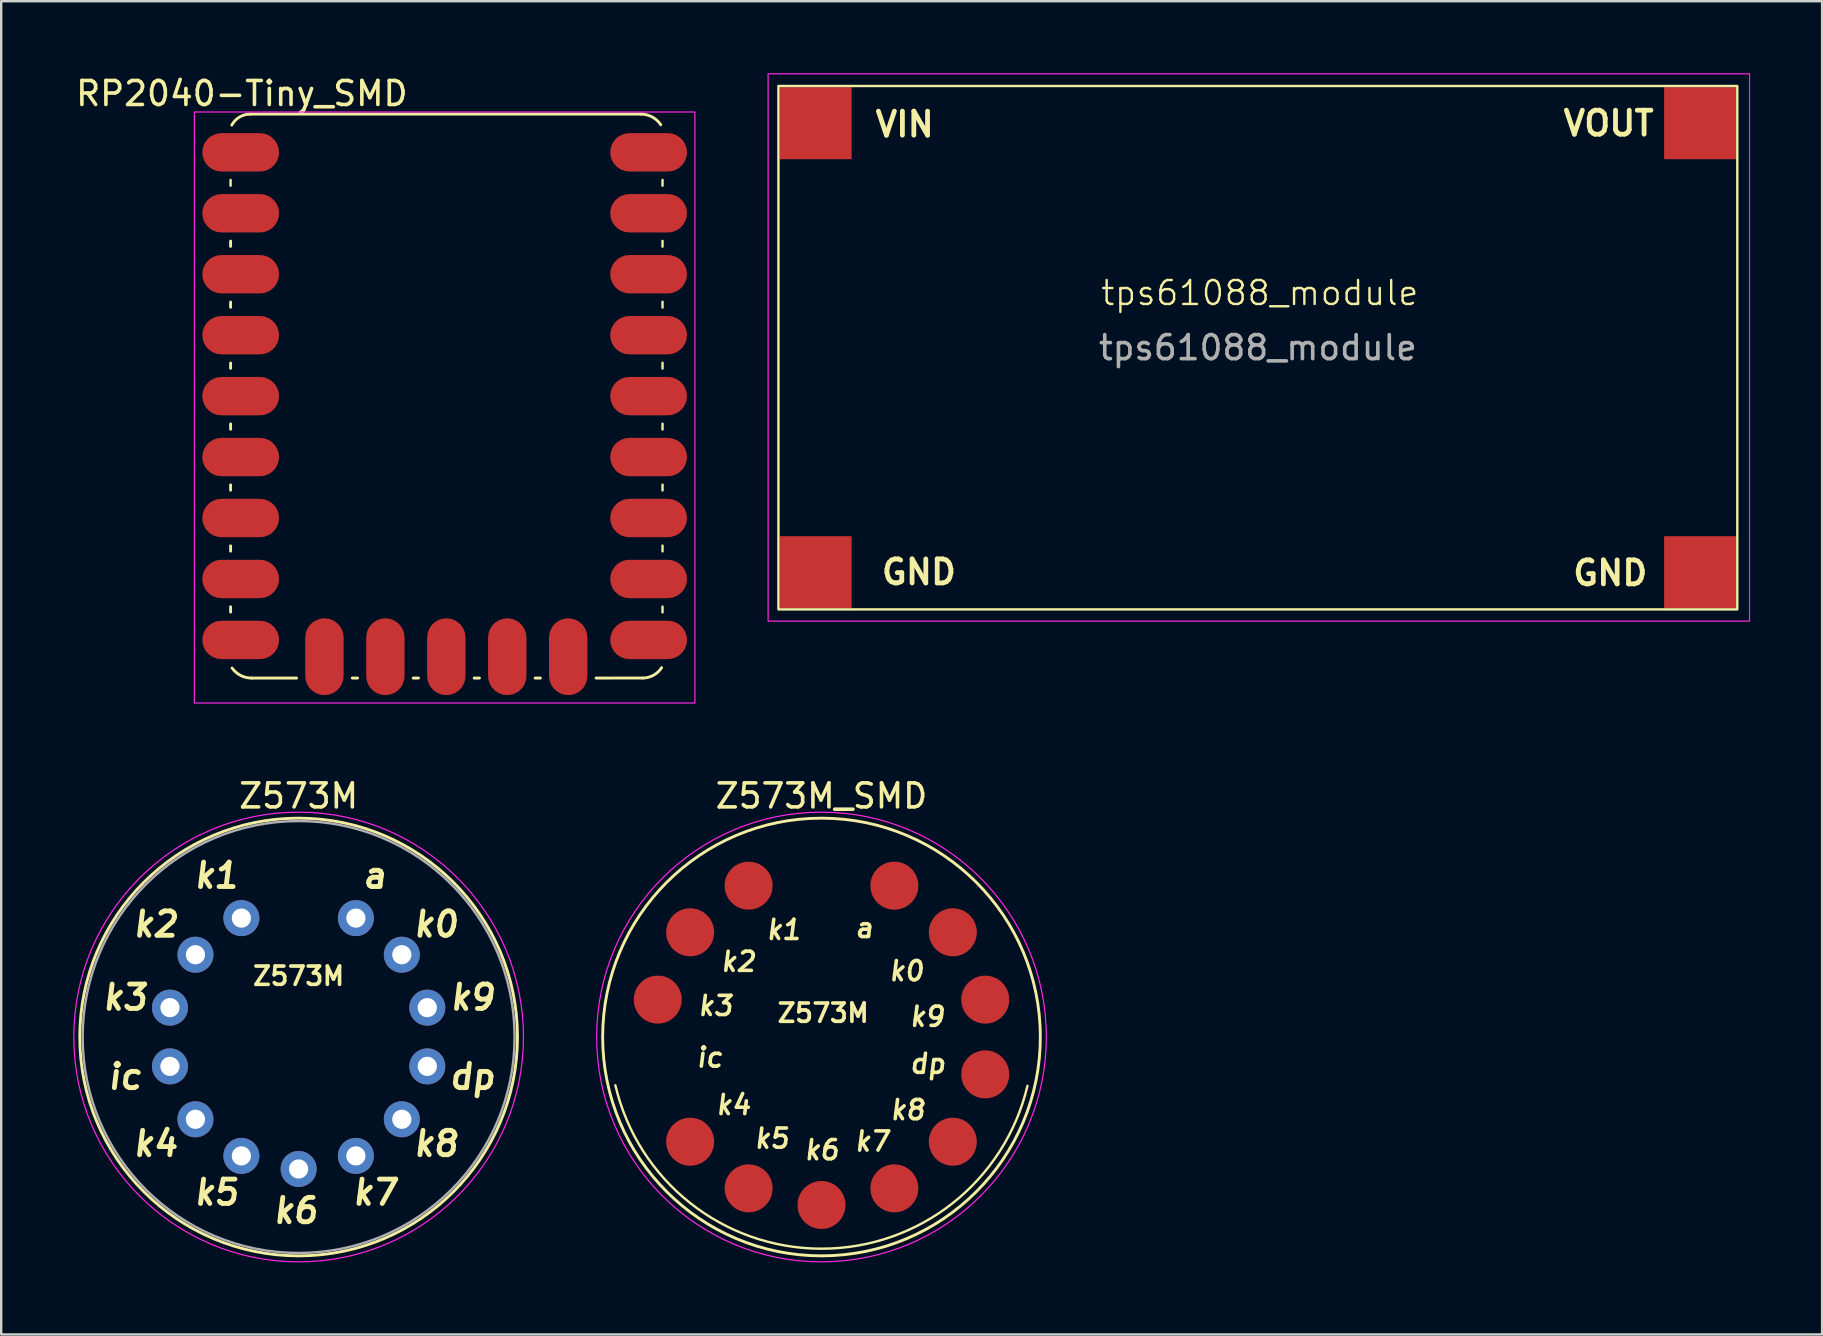
<source format=kicad_pcb>
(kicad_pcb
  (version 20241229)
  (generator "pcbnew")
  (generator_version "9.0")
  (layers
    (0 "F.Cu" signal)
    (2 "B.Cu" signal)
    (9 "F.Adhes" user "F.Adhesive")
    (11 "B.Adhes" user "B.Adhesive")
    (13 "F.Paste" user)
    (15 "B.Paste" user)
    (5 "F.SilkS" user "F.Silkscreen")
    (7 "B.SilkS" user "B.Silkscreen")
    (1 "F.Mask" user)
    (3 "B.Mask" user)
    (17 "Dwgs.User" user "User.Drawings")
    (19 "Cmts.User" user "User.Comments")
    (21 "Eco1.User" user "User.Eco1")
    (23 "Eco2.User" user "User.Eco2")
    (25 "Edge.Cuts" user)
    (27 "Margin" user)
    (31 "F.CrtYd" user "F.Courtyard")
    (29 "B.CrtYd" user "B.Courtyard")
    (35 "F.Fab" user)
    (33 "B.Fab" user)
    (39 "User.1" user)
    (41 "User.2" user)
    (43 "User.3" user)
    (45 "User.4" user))
  (footprint "Z573M_SMD"
    (layer "F.Cu")
    (at 31.185 40.166)
    (property "Reference" "Z573M_SMD" (at 0 -10.045 0) (layer "F.SilkS") (effects (font (size 1 1) (thickness 0.15))))
    (attr through_hole)
    (fp_arc (start 8.584187 2.034681) (mid -0.012678 8.82202) (end -8.59 2.01) (stroke (width 0.1) (type default)) (layer "F.SilkS"))
    (fp_circle (center 0 0) (end 0 9.12) (stroke (width 0.12) (type solid)) (fill no) (layer "F.SilkS"))
    (fp_circle (center 0 0) (end 0 9.37) (stroke (width 0.05) (type solid)) (fill no) (layer "F.CrtYd"))
    (fp_text user "a" (at 1.79 -4.55 0) (unlocked yes) (layer "F.SilkS") (effects (font (size 0.8 0.8) (thickness 0.15) (italic yes))))
    (fp_text user "k1" (at -1.57 -4.47 0) (unlocked yes) (layer "F.SilkS") (effects (font (size 0.8 0.8) (thickness 0.15) (bold yes) (italic yes))))
    (fp_text user "k0" (at 3.54 -2.75 0) (unlocked yes) (layer "F.SilkS") (effects (font (size 0.8 0.8) (thickness 0.15) (italic yes))))
    (fp_text user "k5" (at -2.07 4.23 0) (unlocked yes) (layer "F.SilkS") (effects (font (size 0.8 0.8) (thickness 0.15) (italic yes))))
    (fp_text user "k9" (at 4.4 -0.85 0) (unlocked yes) (layer "F.SilkS") (effects (font (size 0.8 0.8) (thickness 0.15) (italic yes))))
    (fp_text user "k3" (at -4.42 -1.3 0) (unlocked yes) (layer "F.SilkS") (effects (font (size 0.8 0.8) (thickness 0.15) (italic yes))))
    (fp_text user "dp" (at 4.43 1.11 0) (unlocked yes) (layer "F.SilkS") (effects (font (size 0.8 0.8) (thickness 0.15) (italic yes))))
    (fp_text user "Z573M" (at 0.07 -1 0) (unlocked yes) (layer "F.SilkS") (effects (font (size 0.762 0.762) (thickness 0.152))))
    (fp_text user "k4" (at -3.67 2.83 0) (unlocked yes) (layer "F.SilkS") (effects (font (size 0.8 0.8) (thickness 0.15) (italic yes))))
    (fp_text user "k7" (at 2.11 4.35 0) (unlocked yes) (layer "F.SilkS") (effects (font (size 0.8 0.8) (thickness 0.15) (italic yes))))
    (fp_text user "k6" (at 0.01 4.71 0) (unlocked yes) (layer "F.SilkS") (effects (font (size 0.8 0.8) (thickness 0.15) (italic yes))))
    (fp_text user "k2" (at -3.47 -3.14 0) (unlocked yes) (layer "F.SilkS") (effects (font (size 0.8 0.8) (thickness 0.15) (italic yes))))
    (fp_text user "k8" (at 3.59 3.04 0) (unlocked yes) (layer "F.SilkS") (effects (font (size 0.8 0.8) (thickness 0.15) (italic yes))))
    (fp_text user "ic" (at -4.66 0.85 0) (unlocked yes) (layer "F.SilkS") (effects (font (size 0.8 0.8) (thickness 0.15) (italic yes))))
    (pad "1" smd circle (at -3.037 -6.307) (size 2 2) (layers "F.Cu" "F.Mask" "F.Paste"))
    (pad "2" smd circle (at -5.473 -4.364) (size 2 2) (layers "F.Cu" "F.Mask" "F.Paste"))
    (pad "3" smd circle (at -6.824 -1.558) (size 2 2) (layers "F.Cu" "F.Mask" "F.Paste"))
    (pad "5" smd circle (at -5.473 4.364) (size 2 2) (layers "F.Cu" "F.Mask" "F.Paste"))
    (pad "6" smd circle (at -3.037 6.307) (size 2 2) (layers "F.Cu" "F.Mask" "F.Paste"))
    (pad "7" smd circle (at 0 7) (size 2 2) (layers "F.Cu" "F.Mask" "F.Paste"))
    (pad "8" smd circle (at 3.037 6.307) (size 2 2) (layers "F.Cu" "F.Mask" "F.Paste"))
    (pad "9" smd circle (at 5.473 4.364) (size 2 2) (layers "F.Cu" "F.Mask" "F.Paste"))
    (pad "10" smd circle (at 6.824 1.558) (size 2 2) (layers "F.Cu" "F.Mask" "F.Paste"))
    (pad "11" smd circle (at 6.824 -1.558) (size 2 2) (layers "F.Cu" "F.Mask" "F.Paste"))
    (pad "12" smd circle (at 5.473 -4.364) (size 2 2) (layers "F.Cu" "F.Mask" "F.Paste"))
    (pad "13" smd circle (at 3.037 -6.307) (size 2 2) (layers "F.Cu" "F.Mask" "F.Paste")))
  (footprint "RP2040-Tiny_SMD"
    (layer "F.Cu")
    (at 6.56 1.708)
    (property "Reference" "RP2040-Tiny_SMD" (at 0.47 -0.86 0) (unlocked yes) (layer "F.SilkS") (effects (font (size 1 1) (thickness 0.15))))
    (attr smd)
    (fp_line (start 0 2.74) (end 0 2.98) (stroke (width 0.1) (type default)) (layer "F.SilkS"))
    (fp_line (start 0 5.29) (end 0 5.51) (stroke (width 0.12) (type solid)) (layer "F.SilkS"))
    (fp_line (start 0 7.83) (end 0 8.05) (stroke (width 0.12) (type solid)) (layer "F.SilkS"))
    (fp_line (start 0 10.37) (end 0 10.59) (stroke (width 0.12) (type solid)) (layer "F.SilkS"))
    (fp_line (start 0 12.91) (end 0 13.13) (stroke (width 0.12) (type solid)) (layer "F.SilkS"))
    (fp_line (start 0 15.45) (end 0 15.67) (stroke (width 0.12) (type solid)) (layer "F.SilkS"))
    (fp_line (start 0 17.99) (end 0 18.21) (stroke (width 0.12) (type solid)) (layer "F.SilkS"))
    (fp_line (start 0 20.53) (end 0 20.75) (stroke (width 0.12) (type solid)) (layer "F.SilkS"))
    (fp_line (start 0.816 -0.002) (end 17.096 -0.003) (stroke (width 0.12) (type default)) (layer "F.SilkS"))
    (fp_line (start 2.75 23.5) (end 0.875 23.5) (stroke (width 0.12) (type solid)) (layer "F.SilkS"))
    (fp_line (start 5.07 23.5) (end 5.29 23.5) (stroke (width 0.12) (type solid)) (layer "F.SilkS"))
    (fp_line (start 7.61 23.5) (end 7.83 23.5) (stroke (width 0.12) (type solid)) (layer "F.SilkS"))
    (fp_line (start 10.15 23.5) (end 10.37 23.5) (stroke (width 0.12) (type solid)) (layer "F.SilkS"))
    (fp_line (start 12.69 23.5) (end 12.91 23.5) (stroke (width 0.12) (type solid)) (layer "F.SilkS"))
    (fp_line (start 15.23 23.5) (end 17.173 23.498) (stroke (width 0.12) (type solid)) (layer "F.SilkS"))
    (fp_line (start 18 2.74) (end 18 2.98) (stroke (width 0.1) (type default)) (layer "F.SilkS"))
    (fp_line (start 18 5.28) (end 18 5.52) (stroke (width 0.1) (type default)) (layer "F.SilkS"))
    (fp_line (start 18 7.82) (end 18 8.06) (stroke (width 0.1) (type default)) (layer "F.SilkS"))
    (fp_line (start 18 10.36) (end 18 10.6) (stroke (width 0.1) (type default)) (layer "F.SilkS"))
    (fp_line (start 18 12.9) (end 18 13.14) (stroke (width 0.1) (type default)) (layer "F.SilkS"))
    (fp_line (start 18 15.44) (end 18 15.68) (stroke (width 0.1) (type default)) (layer "F.SilkS"))
    (fp_line (start 18 17.98) (end 18 18.22) (stroke (width 0.1) (type default)) (layer "F.SilkS"))
    (fp_line (start 18 20.52) (end 18 20.76) (stroke (width 0.1) (type default)) (layer "F.SilkS"))
    (fp_arc (start 0.049089 0.456443) (mid 0.369414 0.121631) (end 0.816094 -0.001592) (stroke (width 0.12) (type default)) (layer "F.SilkS"))
    (fp_arc (start 0.874862 23.500703) (mid 0.416334 23.389322) (end 0.06 23.08) (stroke (width 0.12) (type solid)) (layer "F.SilkS"))
    (fp_arc (start 17.0956 -0.002786) (mid 17.565933 0.114727) (end 17.925725 0.439647) (stroke (width 0.12) (type default)) (layer "F.SilkS"))
    (fp_arc (start 17.962737 23.065361) (mid 17.623153 23.382849) (end 17.172789 23.498127) (stroke (width 0.12) (type default)) (layer "F.SilkS"))
    (fp_rect (start -1.51 -0.09) (end 19.35 24.54) (stroke (width 0.05) (type default)) (fill no) (layer "F.CrtYd"))
    (pad "" smd rect (at -0.38 1.59 90) (size 2.2 3.8) (drill (offset 0 0.8)) (layers "F.Paste"))
    (pad "" smd rect (at -0.38 4.13 90) (size 2.2 3.8) (drill (offset 0 0.8)) (layers "F.Paste"))
    (pad "" smd rect (at -0.38 6.67 90) (size 2.2 3.8) (drill (offset 0 0.8)) (layers "F.Paste"))
    (pad "" smd rect (at -0.38 9.21 90) (size 2.2 3.8) (drill (offset 0 0.8)) (layers "F.Paste"))
    (pad "" smd rect (at -0.38 11.75 90) (size 2.2 3.8) (drill (offset 0 0.8)) (layers "F.Paste"))
    (pad "" smd rect (at -0.38 14.29 90) (size 2.2 3.8) (drill (offset 0 0.8)) (layers "F.Paste"))
    (pad "" smd rect (at -0.38 16.83 90) (size 2.2 3.8) (drill (offset 0 0.8)) (layers "F.Paste"))
    (pad "" smd rect (at -0.38 19.37 90) (size 2.2 3.8) (drill (offset 0 0.8)) (layers "F.Paste"))
    (pad "" smd rect (at -0.38 21.91 90) (size 2.2 3.8) (drill (offset 0 0.8)) (layers "F.Paste"))
    (pad "" smd rect (at 3.91 21.81) (size 2.2 3.8) (drill (offset 0 0.8)) (layers "F.Paste"))
    (pad "" smd rect (at 6.45 21.81) (size 2.2 3.8) (drill (offset 0 0.8)) (layers "F.Paste"))
    (pad "" smd rect (at 8.99 21.81) (size 2.2 3.8) (drill (offset 0 0.8)) (layers "F.Paste"))
    (pad "" smd rect (at 11.53 21.81) (size 2.2 3.8) (drill (offset 0 0.8)) (layers "F.Paste"))
    (pad "" smd rect (at 14.07 21.81) (size 2.2 3.8) (drill (offset 0 0.8)) (layers "F.Paste"))
    (pad "" smd rect (at 16.62 1.59 90) (size 2.2 3.8) (drill (offset 0 0.8)) (layers "F.Paste"))
    (pad "" smd rect (at 16.62 4.13 90) (size 2.2 3.8) (drill (offset 0 0.8)) (layers "F.Paste"))
    (pad "" smd rect (at 16.62 6.67 90) (size 2.2 3.8) (drill (offset 0 0.8)) (layers "F.Paste"))
    (pad "" smd rect (at 16.62 9.21 90) (size 2.2 3.8) (drill (offset 0 0.8)) (layers "F.Paste"))
    (pad "" smd rect (at 16.62 11.75 90) (size 2.2 3.8) (drill (offset 0 0.8)) (layers "F.Paste"))
    (pad "" smd rect (at 16.62 14.29 90) (size 2.2 3.8) (drill (offset 0 0.8)) (layers "F.Paste"))
    (pad "" smd rect (at 16.62 16.83 90) (size 2.2 3.8) (drill (offset 0 0.8)) (layers "F.Paste"))
    (pad "" smd rect (at 16.62 19.37 90) (size 2.2 3.8) (drill (offset 0 0.8)) (layers "F.Paste"))
    (pad "" smd rect (at 16.62 21.91 90) (size 2.2 3.8) (drill (offset 0 0.8)) (layers "F.Paste"))
    (pad "0" smd roundrect (at 16.62 1.59 180) (size 3.2 1.6) (drill (offset -0.8 0)) (layers "F.Cu" "F.Mask") (roundrect_rratio 0.5))
    (pad "1" smd roundrect (at 16.62 4.13 180) (size 3.2 1.6) (drill (offset -0.8 0)) (layers "F.Cu" "F.Mask") (roundrect_rratio 0.5))
    (pad "2" smd roundrect (at 16.62 6.67 180) (size 3.2 1.6) (drill (offset -0.8 0)) (layers "F.Cu" "F.Mask") (roundrect_rratio 0.5))
    (pad "3" smd roundrect (at 16.62 9.21 180) (size 3.2 1.6) (drill (offset -0.8 0)) (layers "F.Cu" "F.Mask") (roundrect_rratio 0.5))
    (pad "4" smd roundrect (at 16.62 11.75 180) (size 3.2 1.6) (drill (offset -0.8 0)) (layers "F.Cu" "F.Mask") (roundrect_rratio 0.5))
    (pad "5" smd roundrect (at 16.62 14.29 180) (size 3.2 1.6) (drill (offset -0.8 0)) (layers "F.Cu" "F.Mask") (roundrect_rratio 0.5))
    (pad "6" smd roundrect (at 16.62 16.83 180) (size 3.2 1.6) (drill (offset -0.8 0)) (layers "F.Cu" "F.Mask") (roundrect_rratio 0.5))
    (pad "7" smd roundrect (at 16.62 19.37 180) (size 3.2 1.6) (drill (offset -0.8 0)) (layers "F.Cu" "F.Mask") (roundrect_rratio 0.5))
    (pad "8" smd roundrect (at 16.62 21.91 180) (size 3.2 1.6) (drill (offset -0.8 0)) (layers "F.Cu" "F.Mask") (roundrect_rratio 0.5))
    (pad "9" smd roundrect (at 14.07 21.81 90) (size 3.2 1.6) (drill (offset -0.8 0)) (layers "F.Cu" "F.Mask") (roundrect_rratio 0.5))
    (pad "10" smd roundrect (at 11.53 21.81 90) (size 3.2 1.6) (drill (offset -0.8 0)) (layers "F.Cu" "F.Mask") (roundrect_rratio 0.5))
    (pad "11" smd roundrect (at 8.99 21.81 90) (size 3.2 1.6) (drill (offset -0.8 0)) (layers "F.Cu" "F.Mask") (roundrect_rratio 0.5))
    (pad "12" smd roundrect (at 6.45 21.81 90) (size 3.2 1.6) (drill (offset -0.8 0)) (layers "F.Cu" "F.Mask") (roundrect_rratio 0.5))
    (pad "13" smd roundrect (at 3.91 21.81 90) (size 3.2 1.6) (drill (offset -0.8 0)) (layers "F.Cu" "F.Mask") (roundrect_rratio 0.5))
    (pad "14" smd roundrect (at -0.38 21.91 180) (size 3.2 1.6) (drill (offset -0.8 0)) (layers "F.Cu" "F.Mask") (roundrect_rratio 0.5))
    (pad "15" smd roundrect (at -0.38 19.37 180) (size 3.2 1.6) (drill (offset -0.8 0)) (layers "F.Cu" "F.Mask") (roundrect_rratio 0.5))
    (pad "26" smd roundrect (at -0.38 16.83 180) (size 3.2 1.6) (drill (offset -0.8 0)) (layers "F.Cu" "F.Mask") (roundrect_rratio 0.5))
    (pad "27" smd roundrect (at -0.38 14.29 180) (size 3.2 1.6) (drill (offset -0.8 0)) (layers "F.Cu" "F.Mask") (roundrect_rratio 0.5))
    (pad "28" smd roundrect (at -0.38 11.75 180) (size 3.2 1.6) (drill (offset -0.8 0)) (layers "F.Cu" "F.Mask") (roundrect_rratio 0.5))
    (pad "29" smd roundrect (at -0.38 9.21 180) (size 3.2 1.6) (drill (offset -0.8 0)) (layers "F.Cu" "F.Mask") (roundrect_rratio 0.5))
    (pad "30" smd roundrect (at -0.38 6.67 180) (size 3.2 1.6) (drill (offset -0.8 0)) (layers "F.Cu" "F.Mask") (roundrect_rratio 0.5))
    (pad "31" smd roundrect (at -0.38 4.13 180) (size 3.2 1.6) (drill (offset -0.8 0)) (layers "F.Cu" "F.Mask") (roundrect_rratio 0.5))
    (pad "32" smd roundrect (at -0.38 1.59 180) (size 3.2 1.6) (drill (offset -0.8 0)) (layers "F.Cu" "F.Mask") (roundrect_rratio 0.5)))
  (footprint "tps61088_module"
    (layer "F.Cu")
    (at 29.38 0.535)
    (property "Reference" "tps61088_module" (at 20.07 8.625 0) (unlocked yes) (layer "F.SilkS") (effects (font (size 1 1) (thickness 0.1))))
    (attr through_hole)
    (fp_rect (start 0.01 0) (end 39.97 21.81) (stroke (width 0.1) (type default)) (fill no) (layer "F.SilkS"))
    (fp_rect (start -0.42 -0.51) (end 40.48 22.3) (stroke (width 0.05) (type default)) (fill no) (layer "F.CrtYd"))
    (fp_text user "VOUT" (at 32.62 2.14 0) (unlocked yes) (layer "F.SilkS") (effects (font (size 1 1) (thickness 0.2) (bold yes)) (justify left bottom)))
    (fp_text user "GND" (at 33.02 20.88 0) (unlocked yes) (layer "F.SilkS") (effects (font (size 1 1) (thickness 0.2) (bold yes)) (justify left bottom)))
    (fp_text user "VIN" (at 3.95 2.18 0) (unlocked yes) (layer "F.SilkS") (effects (font (size 1 1) (thickness 0.2) (bold yes)) (justify left bottom)))
    (fp_text user "GND" (at 4.21 20.84 0) (unlocked yes) (layer "F.SilkS") (effects (font (size 1 1) (thickness 0.2) (bold yes)) (justify left bottom)))
    (fp_text user "${REFERENCE}" (at 19.99 10.905 0) (unlocked yes) (layer "F.Fab") (effects (font (size 1 1) (thickness 0.15))))
    (pad "1" smd rect (at 38.42 1.55) (size 3 3) (layers "F.Cu" "F.Mask" "F.Paste"))
    (pad "2" smd rect (at 38.42 20.26) (size 3 3) (layers "F.Cu" "F.Mask" "F.Paste"))
    (pad "3" smd rect (at 1.56 20.26) (size 3 3) (layers "F.Cu" "F.Mask" "F.Paste"))
    (pad "4" smd rect (at 1.56 1.55) (size 3 3) (layers "F.Cu" "F.Mask" "F.Paste")))
  (footprint "Z573M"
    (layer "F.Cu")
    (at 9.395 40.166)
    (property "Reference" "Z573M" (at 0 -10.045 0) (layer "F.SilkS") (effects (font (size 1 1) (thickness 0.15))))
    (attr through_hole)
    (fp_circle (center 0 0) (end 0 9.12) (stroke (width 0.12) (type solid)) (fill no) (layer "F.SilkS"))
    (fp_circle (center 0 0) (end 0 9.37) (stroke (width 0.05) (type solid)) (fill no) (layer "F.CrtYd"))
    (fp_circle (center 0 0) (end 0 9) (stroke (width 0.1) (type solid)) (fill no) (layer "F.Fab"))
    (fp_text user "k5" (at -3.429 6.477 0) (unlocked yes) (layer "F.SilkS") (effects (font (size 1.016 1.016) (thickness 0.203) (italic yes))))
    (fp_text user "k8" (at 5.715 4.445 0) (unlocked yes) (layer "F.SilkS") (effects (font (size 1.016 1.016) (thickness 0.203) (italic yes))))
    (fp_text user "ic" (at -7.239 1.651 0) (unlocked yes) (layer "F.SilkS") (effects (font (size 1.016 1.016) (thickness 0.203) (italic yes))))
    (fp_text user "k2" (at -5.969 -4.699 0) (unlocked yes) (layer "F.SilkS") (effects (font (size 1.016 1.016) (thickness 0.203) (italic yes))))
    (fp_text user "a" (at 3.175 -6.731 0) (unlocked yes) (layer "F.SilkS") (effects (font (size 1.016 1.016) (thickness 0.203) (italic yes))))
    (fp_text user "Z573M" (at 0 -2.54 0) (unlocked yes) (layer "F.SilkS") (effects (font (size 0.762 0.762) (thickness 0.152))))
    (fp_text user "k3" (at -7.239 -1.651 0) (unlocked yes) (layer "F.SilkS") (effects (font (size 1.016 1.016) (thickness 0.203) (italic yes))))
    (fp_text user "k7" (at 3.175 6.477 0) (unlocked yes) (layer "F.SilkS") (effects (font (size 1.016 1.016) (thickness 0.203) (italic yes))))
    (fp_text user "k9" (at 7.239 -1.651 0) (unlocked yes) (layer "F.SilkS") (effects (font (size 1.016 1.016) (thickness 0.203) (italic yes))))
    (fp_text user "k1" (at -3.429 -6.731 0) (unlocked yes) (layer "F.SilkS") (effects (font (size 1.016 1.016) (thickness 0.203) (italic yes))))
    (fp_text user "k0" (at 5.715 -4.699 0) (unlocked yes) (layer "F.SilkS") (effects (font (size 1.016 1.016) (thickness 0.203) (italic yes))))
    (fp_text user "k4" (at -5.969 4.445 0) (unlocked yes) (layer "F.SilkS") (effects (font (size 1.016 1.016) (thickness 0.203) (italic yes))))
    (fp_text user "dp" (at 7.239 1.651 0) (unlocked yes) (layer "F.SilkS") (effects (font (size 1.016 1.016) (thickness 0.203) (italic yes))))
    (fp_text user "k6" (at -0.127 7.239 0) (unlocked yes) (layer "F.SilkS") (effects (font (size 1.016 1.016) (thickness 0.203) (italic yes))))
    (pad "1" thru_hole oval (at -2.386 -4.955 51.414) (size 1.5 1.5) (drill 0.8) (layers "*.Cu" "*.Mask"))
    (pad "2" thru_hole oval (at -4.3 -3.429 77.128) (size 1.5 1.5) (drill 0.8) (layers "*.Cu" "*.Mask"))
    (pad "3" thru_hole oval (at -5.362 -1.224 102.842) (size 1.5 1.5) (drill 0.8) (layers "*.Cu" "*.Mask"))
    (pad "4" thru_hole oval (at -5.362 1.224 128.556) (size 1.5 1.5) (drill 0.8) (layers "*.Cu" "*.Mask"))
    (pad "5" thru_hole oval (at -4.3 3.429 154.271) (size 1.5 1.5) (drill 0.8) (layers "*.Cu" "*.Mask"))
    (pad "6" thru_hole oval (at -2.386 4.955 179.985) (size 1.5 1.5) (drill 0.8) (layers "*.Cu" "*.Mask"))
    (pad "7" thru_hole oval (at 0 5.5 205.7) (size 1.5 1.5) (drill 0.8) (layers "*.Cu" "*.Mask"))
    (pad "8" thru_hole oval (at 2.386 4.955 231.414) (size 1.5 1.5) (drill 0.8) (layers "*.Cu" "*.Mask"))
    (pad "9" thru_hole oval (at 4.3 3.429 257.128) (size 1.5 1.5) (drill 0.8) (layers "*.Cu" "*.Mask"))
    (pad "10" thru_hole oval (at 5.362 1.224 282.842) (size 1.5 1.5) (drill 0.8) (layers "*.Cu" "*.Mask"))
    (pad "11" thru_hole oval (at 5.362 -1.224 308.557) (size 1.5 1.5) (drill 0.8) (layers "*.Cu" "*.Mask"))
    (pad "12" thru_hole oval (at 4.3 -3.429 334.271) (size 1.5 1.5) (drill 0.8) (layers "*.Cu" "*.Mask"))
    (pad "13" thru_hole oval (at 2.386 -4.955 359.985) (size 1.5 1.5) (drill 0.8) (layers "*.Cu" "*.Mask")))
  (gr_rect
    (start -3 -3)
    (end 72.885 52.562)
    (stroke (width 0.1) (type default))
    (fill no)
    (layer "Edge.Cuts")))
</source>
